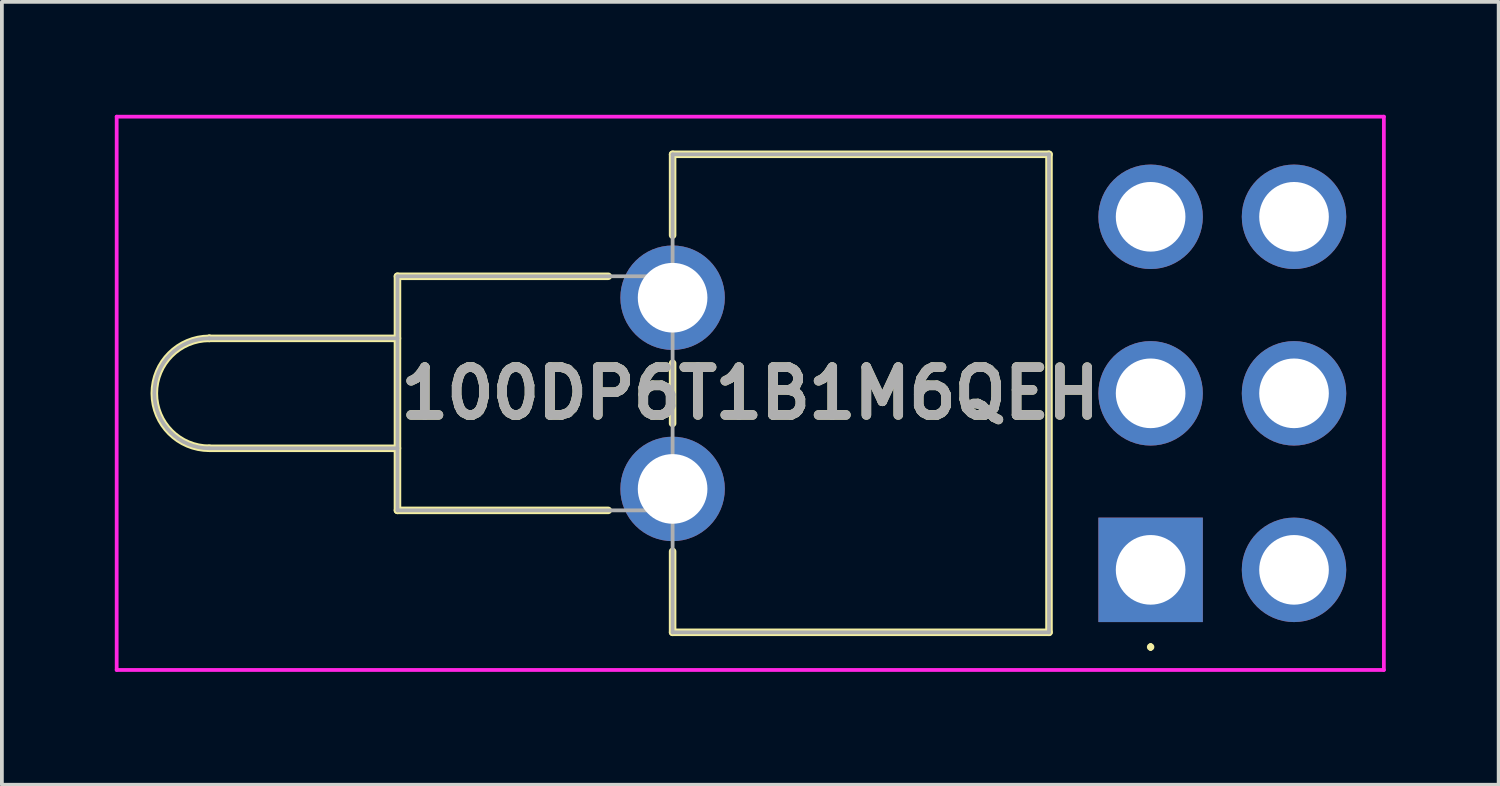
<source format=kicad_pcb>
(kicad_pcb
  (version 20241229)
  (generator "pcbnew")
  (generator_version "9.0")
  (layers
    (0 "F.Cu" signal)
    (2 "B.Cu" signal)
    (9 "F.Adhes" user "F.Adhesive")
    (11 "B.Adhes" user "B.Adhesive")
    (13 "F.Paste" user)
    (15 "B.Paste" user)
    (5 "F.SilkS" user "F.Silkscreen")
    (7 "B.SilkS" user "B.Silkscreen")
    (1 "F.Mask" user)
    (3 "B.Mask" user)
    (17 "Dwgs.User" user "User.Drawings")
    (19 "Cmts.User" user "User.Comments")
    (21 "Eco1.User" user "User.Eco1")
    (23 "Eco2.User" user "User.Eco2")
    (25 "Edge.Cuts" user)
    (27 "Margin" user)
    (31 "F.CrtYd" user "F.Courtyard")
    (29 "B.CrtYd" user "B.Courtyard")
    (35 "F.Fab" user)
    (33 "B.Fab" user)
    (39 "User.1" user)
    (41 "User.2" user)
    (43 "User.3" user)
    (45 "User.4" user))
  (footprint "100DP6T1B1M6QEH"
    (layer "F.Cu")
    (at 27.52 12.09)
    (property "Reference" "100DP6T1B1M6QEH" (at -10.636 -4.69 0) (layer "F.SilkS") (effects (font (size 1.27 1.27) (thickness 0.254))))
    (attr through_hole)
    (fp_line (start -25.01 -6.15) (end -25.01 -6.15) (stroke (width 0.2) (type solid)) (layer "F.SilkS"))
    (fp_line (start -25.01 -3.23) (end -20.01 -3.23) (stroke (width 0.2) (type solid)) (layer "F.SilkS"))
    (fp_line (start -20.01 -7.8) (end -14.41 -7.8) (stroke (width 0.2) (type solid)) (layer "F.SilkS"))
    (fp_line (start -20.01 -6.15) (end -25.01 -6.15) (stroke (width 0.2) (type solid)) (layer "F.SilkS"))
    (fp_line (start -20.01 -1.58) (end -20.01 -7.8) (stroke (width 0.2) (type solid)) (layer "F.SilkS"))
    (fp_line (start -14.41 -1.58) (end -20.01 -1.58) (stroke (width 0.2) (type solid)) (layer "F.SilkS"))
    (fp_line (start -12.7 -11.04) (end -12.7 -8.89) (stroke (width 0.2) (type solid)) (layer "F.SilkS"))
    (fp_line (start -12.7 -5.49) (end -12.7 -3.89) (stroke (width 0.2) (type solid)) (layer "F.SilkS"))
    (fp_line (start -12.7 -0.49) (end -12.7 1.66) (stroke (width 0.2) (type solid)) (layer "F.SilkS"))
    (fp_line (start -12.7 1.66) (end -2.7 1.66) (stroke (width 0.2) (type solid)) (layer "F.SilkS"))
    (fp_line (start -2.7 -11.04) (end -12.7 -11.04) (stroke (width 0.2) (type solid)) (layer "F.SilkS"))
    (fp_line (start -2.7 1.66) (end -2.7 -11.04) (stroke (width 0.2) (type solid)) (layer "F.SilkS"))
    (fp_line (start 0 2) (end 0 2) (stroke (width 0.1) (type solid)) (layer "F.SilkS"))
    (fp_line (start 0 2.1) (end 0 2.1) (stroke (width 0.1) (type solid)) (layer "F.SilkS"))
    (fp_arc (start -25.01 -3.23) (mid -26.47 -4.69) (end -25.01 -6.15) (stroke (width 0.2) (type solid)) (layer "F.SilkS"))
    (fp_arc (start 0 2) (mid 0.05 2.05) (end 0 2.1) (stroke (width 0.1) (type solid)) (layer "F.SilkS"))
    (fp_arc (start 0 2.1) (mid -0.05 2.05) (end 0 2) (stroke (width 0.1) (type solid)) (layer "F.SilkS"))
    (fp_line (start -27.47 -12.04) (end 6.197 -12.04) (stroke (width 0.1) (type solid)) (layer "F.CrtYd"))
    (fp_line (start -27.47 2.66) (end -27.47 -12.04) (stroke (width 0.1) (type solid)) (layer "F.CrtYd"))
    (fp_line (start 6.197 -12.04) (end 6.197 2.66) (stroke (width 0.1) (type solid)) (layer "F.CrtYd"))
    (fp_line (start 6.197 2.66) (end -27.47 2.66) (stroke (width 0.1) (type solid)) (layer "F.CrtYd"))
    (fp_line (start -25.01 -6.15) (end -25.01 -6.15) (stroke (width 0.1) (type solid)) (layer "F.Fab"))
    (fp_line (start -25.01 -3.23) (end -20.01 -3.23) (stroke (width 0.1) (type solid)) (layer "F.Fab"))
    (fp_line (start -20.01 -7.8) (end -20.01 -1.58) (stroke (width 0.1) (type solid)) (layer "F.Fab"))
    (fp_line (start -20.01 -6.15) (end -25.01 -6.15) (stroke (width 0.1) (type solid)) (layer "F.Fab"))
    (fp_line (start -20.01 -1.58) (end -12.7 -1.58) (stroke (width 0.1) (type solid)) (layer "F.Fab"))
    (fp_line (start -12.7 -11.04) (end -2.7 -11.04) (stroke (width 0.1) (type solid)) (layer "F.Fab"))
    (fp_line (start -12.7 -7.8) (end -20.01 -7.8) (stroke (width 0.1) (type solid)) (layer "F.Fab"))
    (fp_line (start -12.7 1.66) (end -12.7 -11.04) (stroke (width 0.1) (type solid)) (layer "F.Fab"))
    (fp_line (start -2.7 -11.04) (end -2.7 1.66) (stroke (width 0.1) (type solid)) (layer "F.Fab"))
    (fp_line (start -2.7 1.66) (end -12.7 1.66) (stroke (width 0.1) (type solid)) (layer "F.Fab"))
    (fp_arc (start -25.01 -3.23) (mid -26.47 -4.69) (end -25.01 -6.15) (stroke (width 0.1) (type solid)) (layer "F.Fab"))
    (fp_text user "${REFERENCE}" (at -10.636 -4.69 0) (layer "F.Fab") (effects (font (size 1.27 1.27) (thickness 0.254))))
    (pad "1" thru_hole rect (at 0 0) (size 2.775 2.775) (drill 1.85) (layers "*.Cu" "*.Mask"))
    (pad "2" thru_hole circle (at 0 -4.69) (size 2.775 2.775) (drill 1.85) (layers "*.Cu" "*.Mask"))
    (pad "3" thru_hole circle (at 0 -9.38) (size 2.775 2.775) (drill 1.85) (layers "*.Cu" "*.Mask"))
    (pad "4" thru_hole circle (at 3.81 0) (size 2.775 2.775) (drill 1.85) (layers "*.Cu" "*.Mask"))
    (pad "5" thru_hole circle (at 3.81 -4.69) (size 2.775 2.775) (drill 1.85) (layers "*.Cu" "*.Mask"))
    (pad "6" thru_hole circle (at 3.81 -9.38) (size 2.775 2.775) (drill 1.85) (layers "*.Cu" "*.Mask"))
    (pad "MH1" thru_hole circle (at -12.7 -2.15) (size 2.775 2.775) (drill 1.85) (layers "*.Cu" "*.Mask"))
    (pad "MH2" thru_hole circle (at -12.7 -7.23) (size 2.775 2.775) (drill 1.85) (layers "*.Cu" "*.Mask")))
  (gr_rect
    (start -3 -3)
    (end 36.767 17.8)
    (stroke (width 0.1) (type default))
    (fill no)
    (layer "Edge.Cuts")))
</source>
